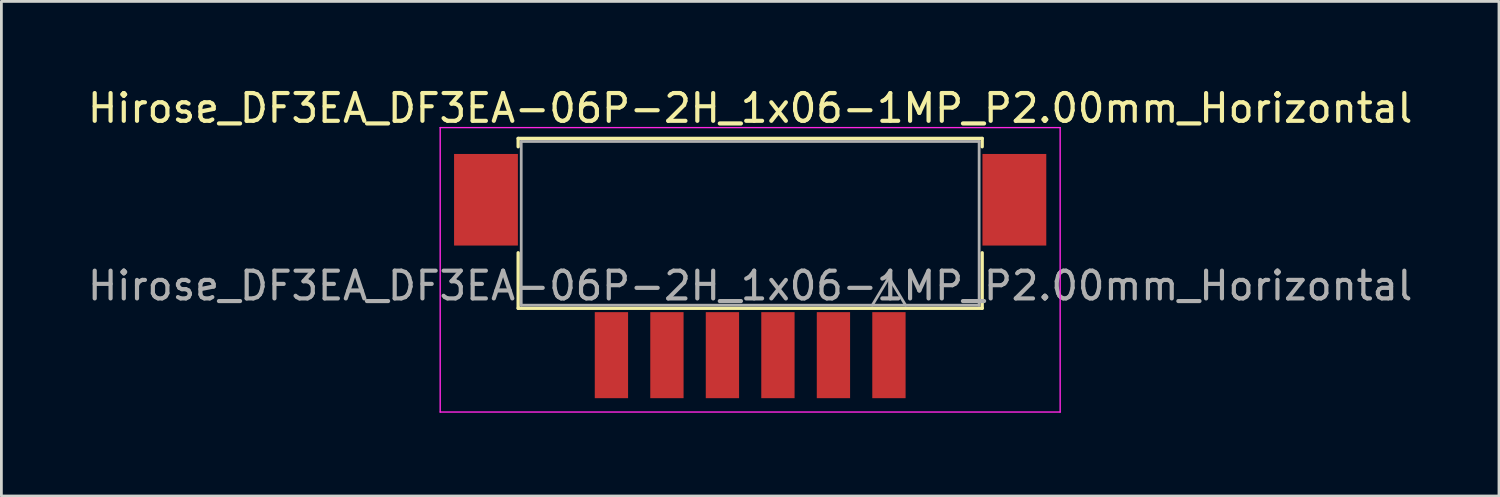
<source format=kicad_pcb>
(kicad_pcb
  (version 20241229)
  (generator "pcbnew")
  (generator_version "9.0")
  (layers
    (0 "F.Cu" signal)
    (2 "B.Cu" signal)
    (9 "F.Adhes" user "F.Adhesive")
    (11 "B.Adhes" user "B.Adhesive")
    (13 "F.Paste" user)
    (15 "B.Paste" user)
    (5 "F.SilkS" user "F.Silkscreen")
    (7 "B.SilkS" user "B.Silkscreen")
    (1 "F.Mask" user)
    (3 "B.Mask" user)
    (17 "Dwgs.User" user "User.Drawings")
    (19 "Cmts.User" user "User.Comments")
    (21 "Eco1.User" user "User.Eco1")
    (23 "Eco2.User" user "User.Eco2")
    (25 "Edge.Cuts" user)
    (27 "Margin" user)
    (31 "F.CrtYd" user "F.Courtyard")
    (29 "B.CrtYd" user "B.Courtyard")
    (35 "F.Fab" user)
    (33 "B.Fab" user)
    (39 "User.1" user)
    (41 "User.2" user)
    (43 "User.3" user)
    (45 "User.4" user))
  (footprint "Hirose_DF3EA_DF3EA-06P-2H_1x06-1MP_P2.00mm_Horizontal"
    (layer "F.Cu")
    (at 23.982 8.198)
    (property "Reference" "Hirose_DF3EA_DF3EA-06P-2H_1x06-1MP_P2.00mm_Horizontal" (at 0 -7.35 0) (layer "F.SilkS") (effects (font (size 1 1) (thickness 0.15))))
    (attr smd)
    (fp_line (start -8.36 -6.26) (end 8.36 -6.26) (stroke (width 0.12) (type solid)) (layer "F.SilkS"))
    (fp_line (start -8.36 -5.96) (end -8.36 -6.26) (stroke (width 0.12) (type solid)) (layer "F.SilkS"))
    (fp_line (start -8.36 -2.14) (end -8.36 -0.14) (stroke (width 0.12) (type solid)) (layer "F.SilkS"))
    (fp_line (start -8.36 -0.14) (end 8.36 -0.14) (stroke (width 0.12) (type solid)) (layer "F.SilkS"))
    (fp_line (start 8.36 -6.26) (end 8.36 -5.96) (stroke (width 0.12) (type solid)) (layer "F.SilkS"))
    (fp_line (start 8.36 -0.14) (end 8.36 -2.14) (stroke (width 0.12) (type solid)) (layer "F.SilkS"))
    (fp_line (start -11.17 -6.65) (end 11.17 -6.65) (stroke (width 0.05) (type solid)) (layer "F.CrtYd"))
    (fp_line (start -11.17 3.6) (end -11.17 -6.65) (stroke (width 0.05) (type solid)) (layer "F.CrtYd"))
    (fp_line (start 11.17 -6.65) (end 11.17 3.6) (stroke (width 0.05) (type solid)) (layer "F.CrtYd"))
    (fp_line (start 11.17 3.6) (end -11.17 3.6) (stroke (width 0.05) (type solid)) (layer "F.CrtYd"))
    (fp_line (start -8.25 -6.15) (end 8.25 -6.15) (stroke (width 0.1) (type solid)) (layer "F.Fab"))
    (fp_line (start -8.25 -0.25) (end -8.25 -6.15) (stroke (width 0.1) (type solid)) (layer "F.Fab"))
    (fp_line (start 4.4 -0.25) (end 5 -1.25) (stroke (width 0.1) (type solid)) (layer "F.Fab"))
    (fp_line (start 5 -1.25) (end 5.6 -0.25) (stroke (width 0.1) (type solid)) (layer "F.Fab"))
    (fp_line (start 8.25 -6.15) (end 8.25 -0.25) (stroke (width 0.1) (type solid)) (layer "F.Fab"))
    (fp_line (start 8.25 -0.25) (end -8.25 -0.25) (stroke (width 0.1) (type solid)) (layer "F.Fab"))
    (fp_text user "${REFERENCE}" (at 0 -0.95 0) (layer "F.Fab") (effects (font (size 1 1) (thickness 0.15))))
    (pad "" smd rect (at -9.52 -4.05) (size 2.3 3.3) (layers "F.Cu" "F.Mask" "F.Paste"))
    (pad "" smd rect (at 9.52 -4.05) (size 2.3 3.3) (layers "F.Cu" "F.Mask" "F.Paste"))
    (pad "1" smd rect (at 5 1.55) (size 1.2 3.1) (layers "F.Cu" "F.Mask" "F.Paste"))
    (pad "2" smd rect (at 3 1.55) (size 1.2 3.1) (layers "F.Cu" "F.Mask" "F.Paste"))
    (pad "3" smd rect (at 1 1.55) (size 1.2 3.1) (layers "F.Cu" "F.Mask" "F.Paste"))
    (pad "4" smd rect (at -1 1.55) (size 1.2 3.1) (layers "F.Cu" "F.Mask" "F.Paste"))
    (pad "5" smd rect (at -3 1.55) (size 1.2 3.1) (layers "F.Cu" "F.Mask" "F.Paste"))
    (pad "6" smd rect (at -5 1.55) (size 1.2 3.1) (layers "F.Cu" "F.Mask" "F.Paste")))
  (gr_rect
    (start -3 -3)
    (end 50.964 14.823)
    (stroke (width 0.1) (type default))
    (fill no)
    (layer "Edge.Cuts")))
</source>
